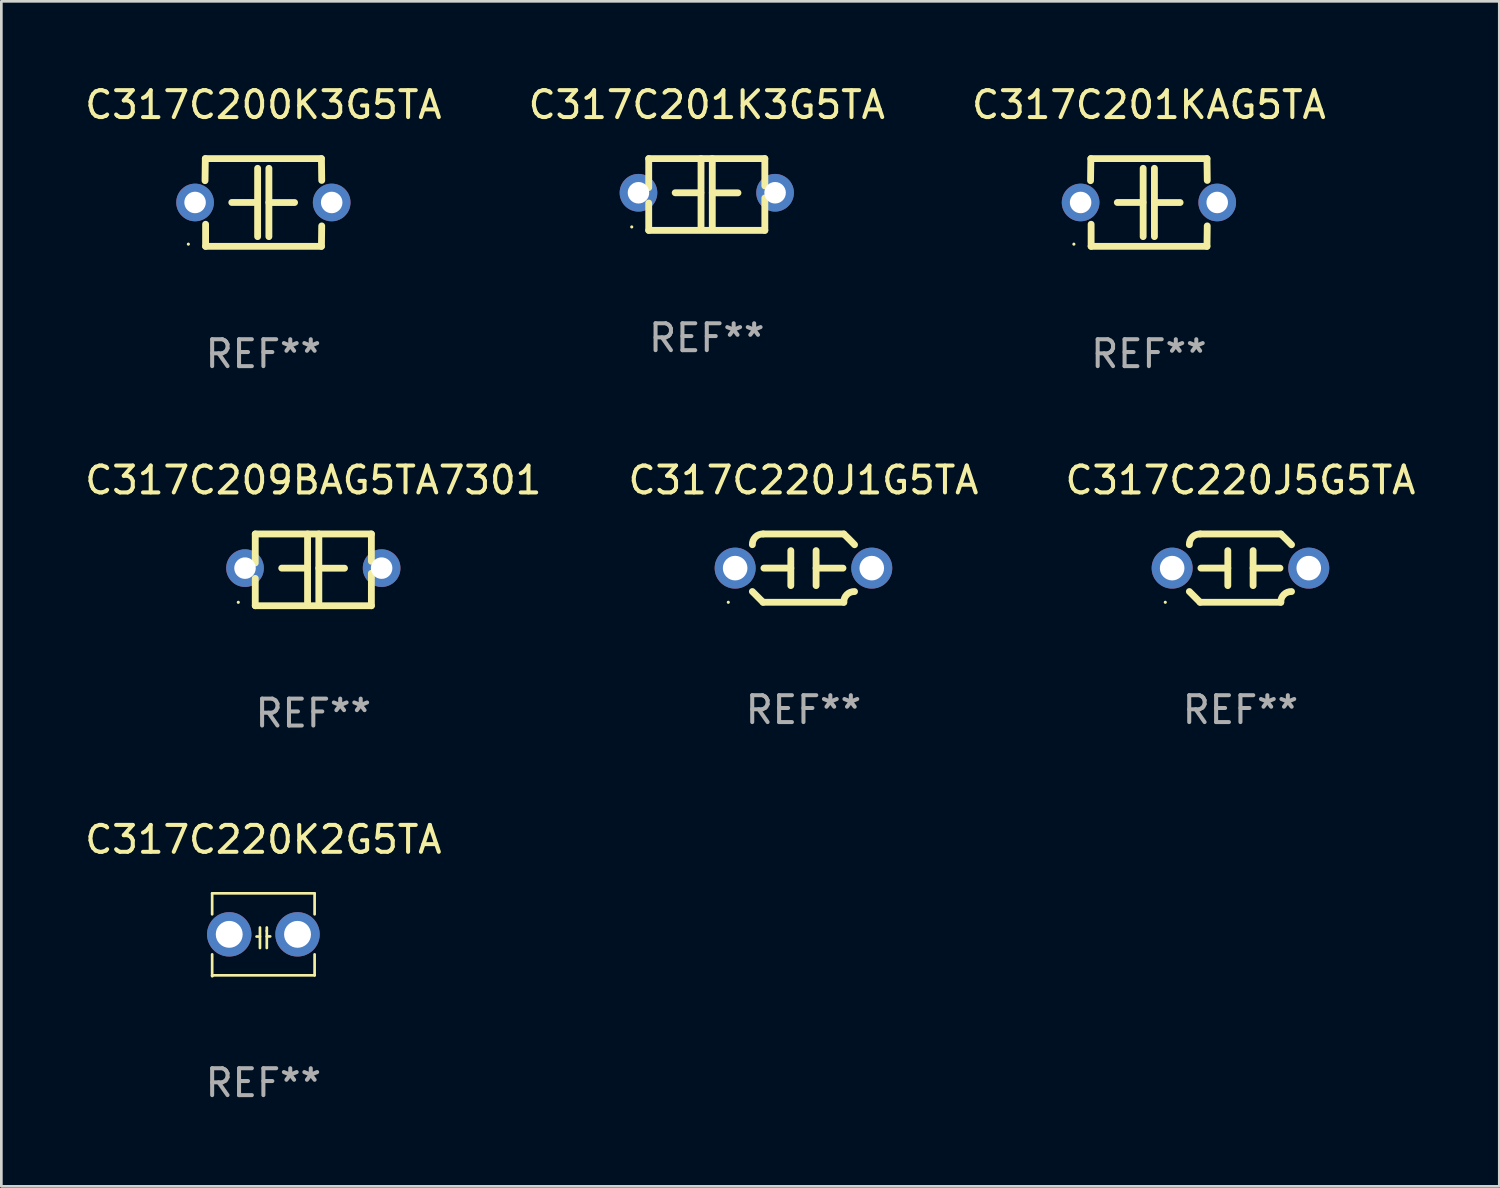
<source format=kicad_pcb>
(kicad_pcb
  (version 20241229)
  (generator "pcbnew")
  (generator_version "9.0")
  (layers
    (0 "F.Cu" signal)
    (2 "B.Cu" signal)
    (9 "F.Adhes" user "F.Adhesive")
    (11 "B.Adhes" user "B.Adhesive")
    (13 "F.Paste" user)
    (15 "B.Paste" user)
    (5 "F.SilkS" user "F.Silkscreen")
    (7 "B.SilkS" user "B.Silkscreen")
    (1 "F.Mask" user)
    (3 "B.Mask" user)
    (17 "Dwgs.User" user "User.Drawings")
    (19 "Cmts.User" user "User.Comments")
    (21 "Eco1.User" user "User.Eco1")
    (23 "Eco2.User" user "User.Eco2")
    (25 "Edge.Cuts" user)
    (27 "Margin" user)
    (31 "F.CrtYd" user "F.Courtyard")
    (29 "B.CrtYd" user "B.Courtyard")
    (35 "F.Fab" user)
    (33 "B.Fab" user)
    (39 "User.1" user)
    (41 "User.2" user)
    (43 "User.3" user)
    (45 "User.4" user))
  (footprint "C317C220K2G5TA"
    (layer "F.Cu")
    (at 6.744 31.694)
    (property "Reference" "C317C220K2G5TA" (at 0 -3.524 0) (layer "F.SilkS") (effects (font (size 1 1) (thickness 0.15))))
    (attr through_hole)
    (fp_line (start -1.905 -1.524) (end -1.905 -0.745) (stroke (width 0.1) (type solid)) (layer "F.SilkS"))
    (fp_line (start -1.905 0.745) (end -1.905 1.524) (stroke (width 0.1) (type solid)) (layer "F.SilkS"))
    (fp_line (start -1.905 1.524) (end 1.905 1.524) (stroke (width 0.1) (type solid)) (layer "F.SilkS"))
    (fp_line (start -0.127 -0.254) (end -0.127 0.508) (stroke (width 0.1) (type solid)) (layer "F.SilkS"))
    (fp_line (start -0.127 0.082) (end -0.254 0.082) (stroke (width 0.1) (type solid)) (layer "F.SilkS"))
    (fp_line (start 0.127 -0.127) (end 0.127 -0.254) (stroke (width 0.1) (type solid)) (layer "F.SilkS"))
    (fp_line (start 0.127 -0.127) (end 0.127 0.508) (stroke (width 0.1) (type solid)) (layer "F.SilkS"))
    (fp_line (start 0.127 0.077) (end 0.254 0.077) (stroke (width 0.1) (type solid)) (layer "F.SilkS"))
    (fp_line (start 1.905 -1.524) (end -1.905 -1.524) (stroke (width 0.1) (type solid)) (layer "F.SilkS"))
    (fp_line (start 1.905 -0.745) (end 1.905 -1.524) (stroke (width 0.1) (type solid)) (layer "F.SilkS"))
    (fp_line (start 1.905 1.524) (end 1.905 0.745) (stroke (width 0.1) (type solid)) (layer "F.SilkS"))
    (fp_circle (center -1.9 1.55) (end -1.87 1.55) (stroke (width 0.06) (type solid)) (fill no) (layer "F.SilkS"))
    (fp_text user "REF**" (at 0 5.524 0) (layer "F.Fab") (effects (font (size 1 1) (thickness 0.15))))
    (pad "1" thru_hole circle (at -1.27 0) (size 1.65 1.65) (drill 1) (layers "*.Cu" "*.Mask"))
    (pad "2" thru_hole circle (at 1.27 0) (size 1.65 1.65) (drill 1) (layers "*.Cu" "*.Mask")))
  (footprint "C317C200K3G5TA"
    (layer "F.Cu")
    (at 6.744 4.479)
    (property "Reference" "C317C200K3G5TA" (at 0 -3.631 0) (layer "F.SilkS") (effects (font (size 1 1) (thickness 0.15))))
    (attr through_hole)
    (fp_line (start -2.17 -0.81) (end -2.159 -1.631) (stroke (width 0.254) (type solid)) (layer "F.SilkS"))
    (fp_line (start -2.159 -1.631) (end 2.159 -1.631) (stroke (width 0.254) (type solid)) (layer "F.SilkS"))
    (fp_line (start -2.149 1.631) (end -2.149 0.81) (stroke (width 0.254) (type solid)) (layer "F.SilkS"))
    (fp_line (start -0.22 0) (end -1.175 0) (stroke (width 0.254) (type solid)) (layer "F.SilkS"))
    (fp_line (start -0.214 -1.27) (end -0.214 1.27) (stroke (width 0.254) (type solid)) (layer "F.SilkS"))
    (fp_line (start 0.205 -1.27) (end 0.205 1.27) (stroke (width 0.254) (type solid)) (layer "F.SilkS"))
    (fp_line (start 0.205 0.002) (end 1.16 0.002) (stroke (width 0.254) (type solid)) (layer "F.SilkS"))
    (fp_line (start 2.159 -1.631) (end 2.17 -0.82) (stroke (width 0.254) (type solid)) (layer "F.SilkS"))
    (fp_line (start 2.159 1.631) (end -2.149 1.631) (stroke (width 0.254) (type solid)) (layer "F.SilkS"))
    (fp_line (start 2.169 0.871) (end 2.159 1.631) (stroke (width 0.254) (type solid)) (layer "F.SilkS"))
    (fp_circle (center -2.79 1.55) (end -2.76 1.55) (stroke (width 0.06) (type solid)) (fill no) (layer "F.SilkS"))
    (fp_text user "REF**" (at 0 5.631 0) (layer "F.Fab") (effects (font (size 1 1) (thickness 0.15))))
    (pad "1" thru_hole circle (at -2.54 0) (size 1.4 1.4) (drill 0.8) (layers "*.Cu" "*.Mask"))
    (pad "2" thru_hole circle (at 2.54 0) (size 1.4 1.4) (drill 0.8) (layers "*.Cu" "*.Mask")))
  (footprint "C317C209BAG5TA7301"
    (layer "F.Cu")
    (at 8.601 18.14)
    (property "Reference" "C317C209BAG5TA7301" (at 0 -3.334 0) (layer "F.SilkS") (effects (font (size 1 1) (thickness 0.15))))
    (attr through_hole)
    (fp_line (start -2.159 -1.334) (end 2.159 -1.334) (stroke (width 0.254) (type solid)) (layer "F.SilkS"))
    (fp_line (start -2.159 -0.256) (end -2.159 -1.334) (stroke (width 0.254) (type solid)) (layer "F.SilkS"))
    (fp_line (start -2.159 1.334) (end -2.159 0.318) (stroke (width 0.254) (type solid)) (layer "F.SilkS"))
    (fp_line (start -0.22 -0.064) (end -1.175 -0.064) (stroke (width 0.254) (type solid)) (layer "F.SilkS"))
    (fp_line (start -0.214 -1.334) (end -0.214 1.207) (stroke (width 0.254) (type solid)) (layer "F.SilkS"))
    (fp_line (start 0.205 -1.334) (end 0.205 1.207) (stroke (width 0.254) (type solid)) (layer "F.SilkS"))
    (fp_line (start 0.205 -0.061) (end 1.16 -0.061) (stroke (width 0.254) (type solid)) (layer "F.SilkS"))
    (fp_line (start 2.159 -1.334) (end 2.159 -0.318) (stroke (width 0.254) (type solid)) (layer "F.SilkS"))
    (fp_line (start 2.159 0.129) (end 2.159 1.334) (stroke (width 0.254) (type solid)) (layer "F.SilkS"))
    (fp_line (start 2.159 1.334) (end -2.159 1.334) (stroke (width 0.254) (type solid)) (layer "F.SilkS"))
    (fp_circle (center -2.79 1.207) (end -2.76 1.207) (stroke (width 0.06) (type solid)) (fill no) (layer "F.SilkS"))
    (fp_text user "REF**" (at 0 5.334 0) (layer "F.Fab") (effects (font (size 1 1) (thickness 0.15))))
    (pad "1" thru_hole circle (at -2.54 -0.064) (size 1.4 1.4) (drill 0.8) (layers "*.Cu" "*.Mask"))
    (pad "2" thru_hole circle (at 2.54 -0.064) (size 1.4 1.4) (drill 0.8) (layers "*.Cu" "*.Mask")))
  (footprint "C317C201KAG5TA"
    (layer "F.Cu")
    (at 39.673 4.479)
    (property "Reference" "C317C201KAG5TA" (at 0 -3.631 0) (layer "F.SilkS") (effects (font (size 1 1) (thickness 0.15))))
    (attr through_hole)
    (fp_line (start -2.17 -0.81) (end -2.159 -1.631) (stroke (width 0.254) (type solid)) (layer "F.SilkS"))
    (fp_line (start -2.159 -1.631) (end 2.159 -1.631) (stroke (width 0.254) (type solid)) (layer "F.SilkS"))
    (fp_line (start -2.149 1.631) (end -2.149 0.81) (stroke (width 0.254) (type solid)) (layer "F.SilkS"))
    (fp_line (start -0.22 0) (end -1.175 0) (stroke (width 0.254) (type solid)) (layer "F.SilkS"))
    (fp_line (start -0.214 -1.27) (end -0.214 1.27) (stroke (width 0.254) (type solid)) (layer "F.SilkS"))
    (fp_line (start 0.205 -1.27) (end 0.205 1.27) (stroke (width 0.254) (type solid)) (layer "F.SilkS"))
    (fp_line (start 0.205 0.002) (end 1.16 0.002) (stroke (width 0.254) (type solid)) (layer "F.SilkS"))
    (fp_line (start 2.159 -1.631) (end 2.17 -0.82) (stroke (width 0.254) (type solid)) (layer "F.SilkS"))
    (fp_line (start 2.159 1.631) (end -2.149 1.631) (stroke (width 0.254) (type solid)) (layer "F.SilkS"))
    (fp_line (start 2.169 0.871) (end 2.159 1.631) (stroke (width 0.254) (type solid)) (layer "F.SilkS"))
    (fp_circle (center -2.79 1.55) (end -2.76 1.55) (stroke (width 0.06) (type solid)) (fill no) (layer "F.SilkS"))
    (fp_text user "REF**" (at 0 5.631 0) (layer "F.Fab") (effects (font (size 1 1) (thickness 0.15))))
    (pad "1" thru_hole circle (at -2.54 0) (size 1.4 1.4) (drill 0.8) (layers "*.Cu" "*.Mask"))
    (pad "2" thru_hole circle (at 2.54 0) (size 1.4 1.4) (drill 0.8) (layers "*.Cu" "*.Mask")))
  (footprint "C317C201K3G5TA"
    (layer "F.Cu")
    (at 23.232 4.182)
    (property "Reference" "C317C201K3G5TA" (at 0 -3.334 0) (layer "F.SilkS") (effects (font (size 1 1) (thickness 0.15))))
    (attr through_hole)
    (fp_line (start -2.159 -1.334) (end 2.159 -1.334) (stroke (width 0.254) (type solid)) (layer "F.SilkS"))
    (fp_line (start -2.159 -0.256) (end -2.159 -1.334) (stroke (width 0.254) (type solid)) (layer "F.SilkS"))
    (fp_line (start -2.159 1.334) (end -2.159 0.318) (stroke (width 0.254) (type solid)) (layer "F.SilkS"))
    (fp_line (start -0.22 -0.064) (end -1.175 -0.064) (stroke (width 0.254) (type solid)) (layer "F.SilkS"))
    (fp_line (start -0.214 -1.334) (end -0.214 1.207) (stroke (width 0.254) (type solid)) (layer "F.SilkS"))
    (fp_line (start 0.205 -1.334) (end 0.205 1.207) (stroke (width 0.254) (type solid)) (layer "F.SilkS"))
    (fp_line (start 0.205 -0.061) (end 1.16 -0.061) (stroke (width 0.254) (type solid)) (layer "F.SilkS"))
    (fp_line (start 2.159 -1.334) (end 2.159 -0.318) (stroke (width 0.254) (type solid)) (layer "F.SilkS"))
    (fp_line (start 2.159 0.129) (end 2.159 1.334) (stroke (width 0.254) (type solid)) (layer "F.SilkS"))
    (fp_line (start 2.159 1.334) (end -2.159 1.334) (stroke (width 0.254) (type solid)) (layer "F.SilkS"))
    (fp_circle (center -2.79 1.207) (end -2.76 1.207) (stroke (width 0.06) (type solid)) (fill no) (layer "F.SilkS"))
    (fp_text user "REF**" (at 0 5.334 0) (layer "F.Fab") (effects (font (size 1 1) (thickness 0.15))))
    (pad "1" thru_hole circle (at -2.54 -0.064) (size 1.4 1.4) (drill 0.8) (layers "*.Cu" "*.Mask"))
    (pad "2" thru_hole circle (at 2.54 -0.064) (size 1.4 1.4) (drill 0.8) (layers "*.Cu" "*.Mask")))
  (footprint "C317C220J1G5TA"
    (layer "F.Cu")
    (at 26.827 18.076)
    (property "Reference" "C317C220J1G5TA" (at 0 -3.27 0) (layer "F.SilkS") (effects (font (size 1 1) (thickness 0.15))))
    (attr through_hole)
    (fp_line (start -1.5 -1.27) (end 1.5 -1.27) (stroke (width 0.254) (type solid)) (layer "F.SilkS"))
    (fp_line (start -0.47 -0.65) (end -0.47 0.65) (stroke (width 0.254) (type solid)) (layer "F.SilkS"))
    (fp_line (start -0.47 -0.000381) (end -1.47 -0.000381) (stroke (width 0.254) (type solid)) (layer "F.SilkS"))
    (fp_line (start 0.47 0.000356) (end 1.47 0.000356) (stroke (width 0.254) (type solid)) (layer "F.SilkS"))
    (fp_line (start 0.47 0.65) (end 0.47 -0.65) (stroke (width 0.254) (type solid)) (layer "F.SilkS"))
    (fp_line (start 1.5 1.27) (end -1.5 1.27) (stroke (width 0.254) (type solid)) (layer "F.SilkS"))
    (fp_arc (start -1.899924 -0.871221) (mid -1.78599 -1.156887) (end -1.5 -1.270003) (stroke (width 0.254001) (type solid)) (layer "F.SilkS"))
    (fp_arc (start -1.501217 1.269929) (mid -1.700682 1.070039) (end -1.9 0.870003) (stroke (width 0.254001) (type solid)) (layer "F.SilkS"))
    (fp_arc (start 1.5 1.270003) (mid 1.614112 0.984517) (end 1.899923 0.871222) (stroke (width 0.254001) (type solid)) (layer "F.SilkS"))
    (fp_arc (start 1.501219 -1.269927) (mid 1.70319 -1.072538) (end 1.9 -0.870003) (stroke (width 0.254001) (type solid)) (layer "F.SilkS"))
    (fp_circle (center -2.795 1.27) (end -2.765 1.27) (stroke (width 0.06) (type solid)) (fill no) (layer "F.SilkS"))
    (fp_text user "REF**" (at 0 5.27 0) (layer "F.Fab") (effects (font (size 1 1) (thickness 0.15))))
    (pad "1" thru_hole circle (at -2.54 0) (size 1.524 1.524) (drill 0.914) (layers "*.Cu" "*.Mask"))
    (pad "2" thru_hole circle (at 2.54 0) (size 1.524 1.524) (drill 0.914) (layers "*.Cu" "*.Mask")))
  (footprint "C317C220J5G5TA"
    (layer "F.Cu")
    (at 43.077 18.076)
    (property "Reference" "C317C220J5G5TA" (at 0 -3.27 0) (layer "F.SilkS") (effects (font (size 1 1) (thickness 0.15))))
    (attr through_hole)
    (fp_line (start -1.5 -1.27) (end 1.5 -1.27) (stroke (width 0.254) (type solid)) (layer "F.SilkS"))
    (fp_line (start -0.47 -0.65) (end -0.47 0.65) (stroke (width 0.254) (type solid)) (layer "F.SilkS"))
    (fp_line (start -0.47 -0.000381) (end -1.47 -0.000381) (stroke (width 0.254) (type solid)) (layer "F.SilkS"))
    (fp_line (start 0.47 0.000356) (end 1.47 0.000356) (stroke (width 0.254) (type solid)) (layer "F.SilkS"))
    (fp_line (start 0.47 0.65) (end 0.47 -0.65) (stroke (width 0.254) (type solid)) (layer "F.SilkS"))
    (fp_line (start 1.5 1.27) (end -1.5 1.27) (stroke (width 0.254) (type solid)) (layer "F.SilkS"))
    (fp_arc (start -1.899924 -0.871221) (mid -1.78599 -1.156887) (end -1.5 -1.270003) (stroke (width 0.254001) (type solid)) (layer "F.SilkS"))
    (fp_arc (start -1.501217 1.269929) (mid -1.700682 1.070039) (end -1.9 0.870003) (stroke (width 0.254001) (type solid)) (layer "F.SilkS"))
    (fp_arc (start 1.5 1.270003) (mid 1.614112 0.984517) (end 1.899923 0.871222) (stroke (width 0.254001) (type solid)) (layer "F.SilkS"))
    (fp_arc (start 1.501219 -1.269927) (mid 1.70319 -1.072538) (end 1.9 -0.870003) (stroke (width 0.254001) (type solid)) (layer "F.SilkS"))
    (fp_circle (center -2.795 1.27) (end -2.765 1.27) (stroke (width 0.06) (type solid)) (fill no) (layer "F.SilkS"))
    (fp_text user "REF**" (at 0 5.27 0) (layer "F.Fab") (effects (font (size 1 1) (thickness 0.15))))
    (pad "1" thru_hole circle (at -2.54 0) (size 1.524 1.524) (drill 0.914) (layers "*.Cu" "*.Mask"))
    (pad "2" thru_hole circle (at 2.54 0) (size 1.524 1.524) (drill 0.914) (layers "*.Cu" "*.Mask")))
  (gr_rect
    (start -3 -3)
    (end 52.702 41.066)
    (stroke (width 0.1) (type default))
    (fill no)
    (layer "Edge.Cuts")))
</source>
